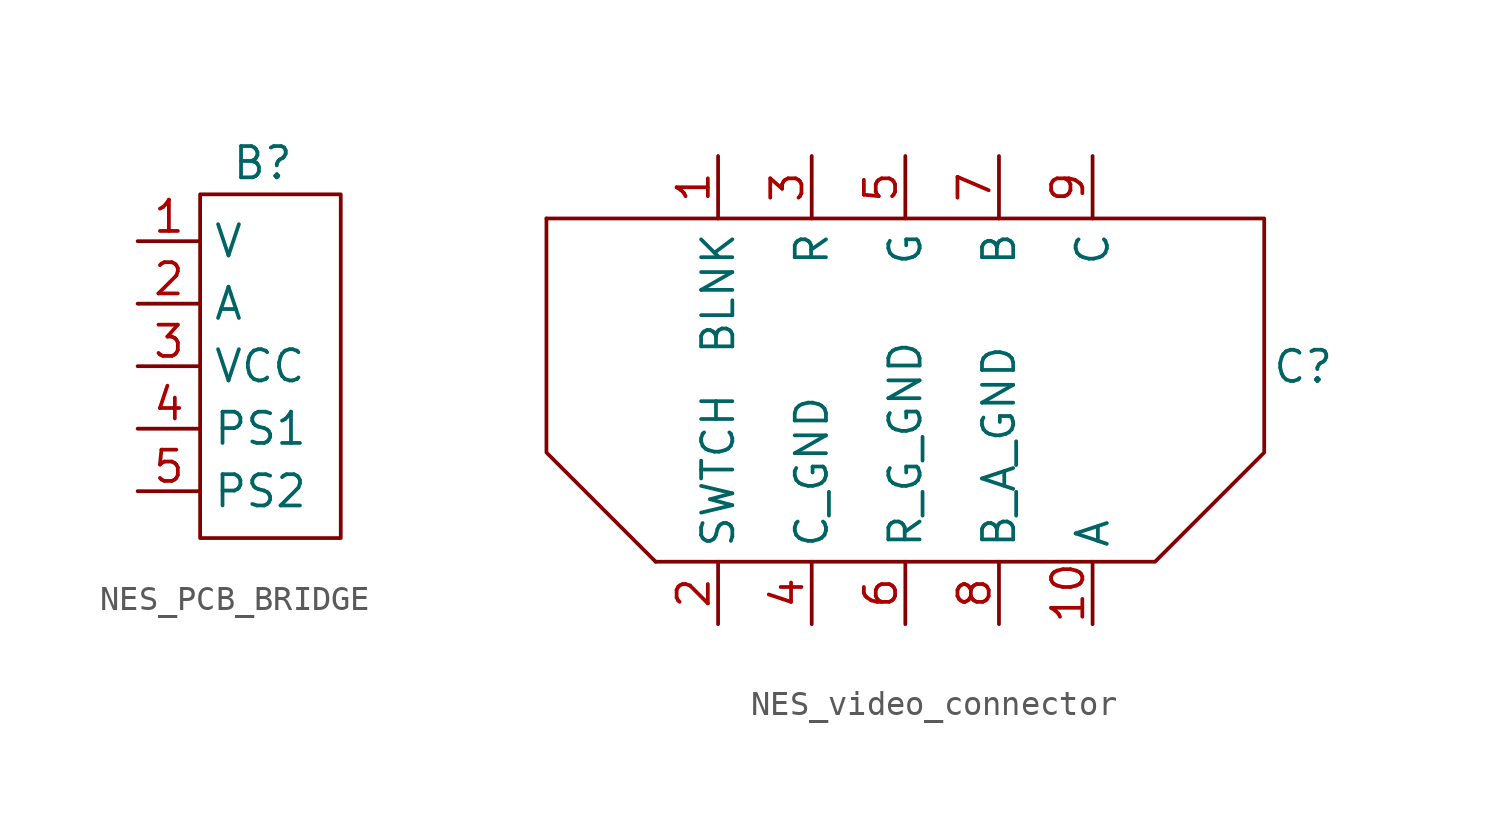
<source format=kicad_sym>
(kicad_symbol_lib
  (version 20220914)
  (generator kicad_symbol_editor)
  (symbol "NES_PCB_BRIDGE"
    (property "Reference" "B"
      (at 2.54 8.255 0)
      (effects (font (size 1.27 1.27))))
    (property "Value" ""
      (at 0 -1.27 0)
      (effects (font (size 1.27 1.27))))
    (symbol "NES_PCB_BRIDGE_0_1"
      (rectangle (start 0 6.985) (end 5.715 -6.985) (stroke (width 0) (type default)) (fill (type none))))
    (symbol "NES_PCB_BRIDGE_1_1"
      (pin input line (at -2.54 5.08 0) (length 2.54) (name "V" (effects (font (size 1.27 1.27)))) (number "1" (effects (font (size 1.27 1.27)))))
      (pin input line (at -2.54 2.54 0) (length 2.54) (name "A" (effects (font (size 1.27 1.27)))) (number "2" (effects (font (size 1.27 1.27)))))
      (pin power_in line (at -2.54 0 0) (length 2.54) (name "VCC" (effects (font (size 1.27 1.27)))) (number "3" (effects (font (size 1.27 1.27)))))
      (pin passive line (at -2.54 -2.54 0) (length 2.54) (name "PS1" (effects (font (size 1.27 1.27)))) (number "4" (effects (font (size 1.27 1.27)))))
      (pin passive line (at -2.54 -5.08 0) (length 2.54) (name "PS2" (effects (font (size 1.27 1.27)))) (number "5" (effects (font (size 1.27 1.27)))))))
  (symbol "NES_video_connector"
    (property "Reference" "C"
      (at 16.192 1.587 0)
      (effects (font (size 1.27 1.27))))
    (property "Value" ""
      (at -0.635 -5.715 90)
      (effects (font (size 1.27 1.27))))
    (symbol "NES_video_connector_0_1"
      (polyline (pts (xy -10.16 -6.35) (xy -14.605 -1.905) (xy -14.605 7.62)) (stroke (width 0) (type default)) (fill (type none)))
      (polyline (pts (xy -10.16 -6.35) (xy 10.16 -6.35) (xy 14.605 -1.905) (xy 14.605 7.62) (xy -14.605 7.62)) (stroke (width 0) (type default)) (fill (type none))))
    (symbol "NES_video_connector_1_1"
      (pin output line (at -7.62 10.16 270) (length 2.54) (name "BLNK" (effects (font (size 1.27 1.27)))) (number "1" (effects (font (size 1.27 1.27)))))
      (pin output line (at 7.62 -8.89 90) (length 2.54) (name "A" (effects (font (size 1.27 1.27)))) (number "10" (effects (font (size 1.27 1.27)))))
      (pin output line (at -7.62 -8.89 90) (length 2.54) (name "SWTCH" (effects (font (size 1.27 1.27)))) (number "2" (effects (font (size 1.27 1.27)))))
      (pin output line (at -3.81 10.16 270) (length 2.54) (name "R" (effects (font (size 1.27 1.27)))) (number "3" (effects (font (size 1.27 1.27)))))
      (pin passive line (at -3.81 -8.89 90) (length 2.54) (name "C_GND" (effects (font (size 1.27 1.27)))) (number "4" (effects (font (size 1.27 1.27)))))
      (pin output line (at 0 10.16 270) (length 2.54) (name "G" (effects (font (size 1.27 1.27)))) (number "5" (effects (font (size 1.27 1.27)))))
      (pin passive line (at 0 -8.89 90) (length 2.54) (name "R_G_GND" (effects (font (size 1.27 1.27)))) (number "6" (effects (font (size 1.27 1.27)))))
      (pin output line (at 3.81 10.16 270) (length 2.54) (name "B" (effects (font (size 1.27 1.27)))) (number "7" (effects (font (size 1.27 1.27)))))
      (pin passive line (at 3.81 -8.89 90) (length 2.54) (name "B_A_GND" (effects (font (size 1.27 1.27)))) (number "8" (effects (font (size 1.27 1.27)))))
      (pin output line (at 7.62 10.16 270) (length 2.54) (name "C" (effects (font (size 1.27 1.27)))) (number "9" (effects (font (size 1.27 1.27))))))))
</source>
